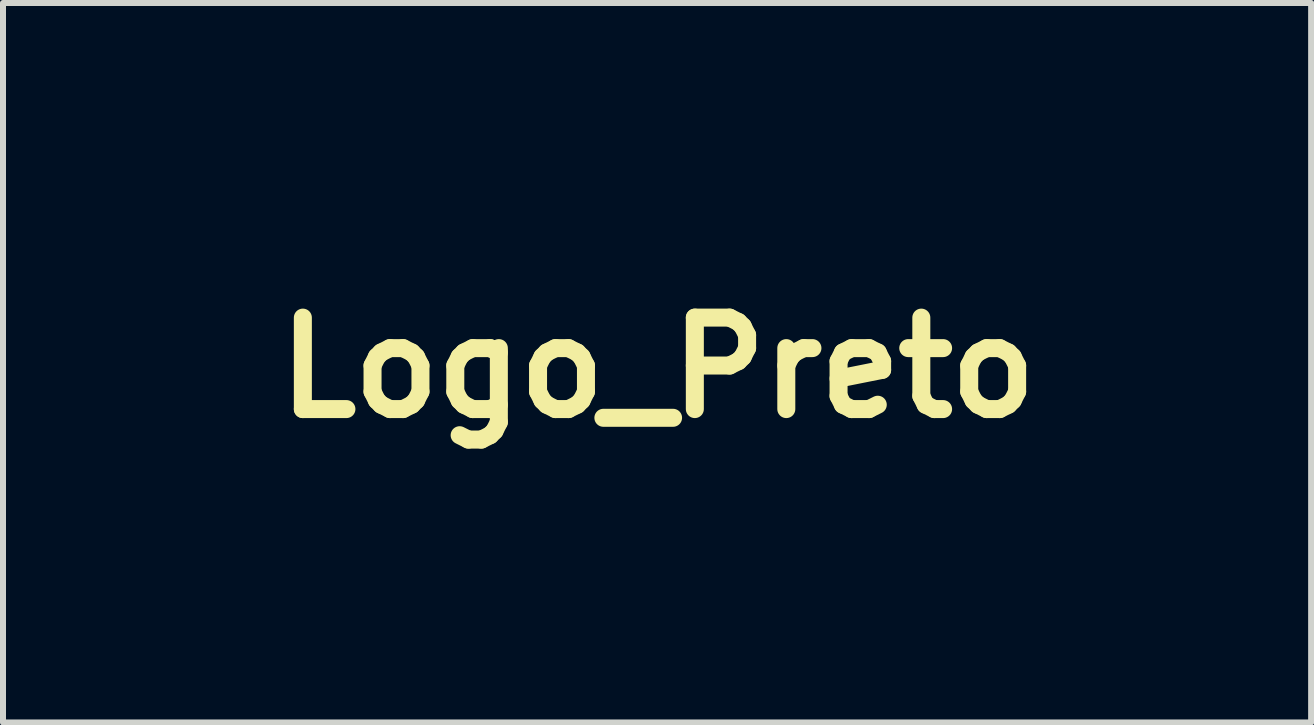
<source format=kicad_pcb>
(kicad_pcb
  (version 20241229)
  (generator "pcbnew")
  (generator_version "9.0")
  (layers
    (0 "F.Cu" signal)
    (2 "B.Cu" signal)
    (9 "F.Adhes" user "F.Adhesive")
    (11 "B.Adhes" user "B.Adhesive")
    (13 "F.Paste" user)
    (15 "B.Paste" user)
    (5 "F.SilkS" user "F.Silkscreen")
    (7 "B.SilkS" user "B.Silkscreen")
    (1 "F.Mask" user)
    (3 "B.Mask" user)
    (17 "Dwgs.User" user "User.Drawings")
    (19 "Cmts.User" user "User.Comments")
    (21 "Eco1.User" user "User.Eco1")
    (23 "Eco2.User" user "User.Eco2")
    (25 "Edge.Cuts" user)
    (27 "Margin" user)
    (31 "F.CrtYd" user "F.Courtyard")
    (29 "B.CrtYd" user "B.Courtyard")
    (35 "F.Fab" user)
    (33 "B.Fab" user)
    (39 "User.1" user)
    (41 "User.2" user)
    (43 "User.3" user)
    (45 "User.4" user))
  (footprint "Logo_Preto"
    (layer "F.Cu")
    (at 7.911 3.077)
    (property "Reference" "Logo_Preto" (at 0 0 0) (layer "F.SilkS") (effects (font (size 1.524 1.524) (thickness 0.3))))
    (attr through_hole)
    (fp_poly (pts (xy 2.663 0.486) (xy 2.348 0.486) (xy 2.348 -0.798) (xy 2.663 -0.798) (xy 2.663 0.486)) (stroke (width 0.01) (type solid)) (fill no) (layer "Eco2.User"))
    (fp_poly (pts (xy 4.859 -1.774) (xy 4.619 -1.774) (xy 4.619 -0.943) (xy 4.351 -0.943) (xy 4.351 -1.774) (xy 4.111 -1.774) (xy 4.111 -2.039) (xy 4.859 -2.039) (xy 4.859 -1.774)) (stroke (width 0.01) (type solid)) (fill no) (layer "Eco2.User"))
    (fp_poly (pts (xy 7.793 0.244) (xy 7.794 0.255) (xy 7.793 0.262) (xy 7.792 0.264) (xy 7.792 0.259) (xy 7.792 0.252) (xy 7.792 0.244) (xy 7.793 0.242) (xy 7.793 0.244)) (stroke (width 0.01) (type solid)) (fill no) (layer "Eco2.User"))
    (fp_poly (pts (xy 3.212 -0.797) (xy 3.649 -0.796) (xy 3.65 -0.493) (xy 3.367 -0.493) (xy 3.367 0.486) (xy 3.055 0.486) (xy 3.055 -0.493) (xy 2.776 -0.493) (xy 2.776 -0.798) (xy 3.212 -0.797)) (stroke (width 0.01) (type solid)) (fill no) (layer "Eco2.User"))
    (fp_poly (pts (xy 7.798 0.305) (xy 7.804 0.356) (xy 7.812 0.405) (xy 7.821 0.452) (xy 7.831 0.496) (xy 7.842 0.535) (xy 7.853 0.568) (xy 7.86 0.584) (xy 7.87 0.605) (xy 7.876 0.62) (xy 7.88 0.628) (xy 7.88 0.631) (xy 7.877 0.63) (xy 7.869 0.626) (xy 7.864 0.623) (xy 7.854 0.617) (xy 7.848 0.61) (xy 7.843 0.599) (xy 7.841 0.595) (xy 7.832 0.568) (xy 7.824 0.535) (xy 7.816 0.498) (xy 7.809 0.459) (xy 7.803 0.418) (xy 7.798 0.379) (xy 7.796 0.342) (xy 7.795 0.308) (xy 7.795 0.305) (xy 7.795 0.274) (xy 7.798 0.305)) (stroke (width 0.01) (type solid)) (fill no) (layer "Eco2.User"))
    (fp_poly (pts (xy 7.619 -2.323) (xy 7.623 -2.313) (xy 7.629 -2.298) (xy 7.637 -2.278) (xy 7.646 -2.255) (xy 7.655 -2.228) (xy 7.665 -2.199) (xy 7.676 -2.168) (xy 7.686 -2.136) (xy 7.696 -2.104) (xy 7.706 -2.073) (xy 7.716 -2.043) (xy 7.724 -2.015) (xy 7.732 -1.99) (xy 7.737 -1.969) (xy 7.742 -1.952) (xy 7.744 -1.94) (xy 7.745 -1.934) (xy 7.744 -1.933) (xy 7.74 -1.933) (xy 7.738 -1.937) (xy 7.736 -1.942) (xy 7.732 -1.953) (xy 7.727 -1.969) (xy 7.72 -1.988) (xy 7.713 -2.01) (xy 7.709 -2.021) (xy 7.695 -2.061) (xy 7.681 -2.101) (xy 7.667 -2.141) (xy 7.653 -2.179) (xy 7.641 -2.214) (xy 7.629 -2.245) (xy 7.619 -2.27) (xy 7.614 -2.282) (xy 7.608 -2.298) (xy 7.604 -2.309) (xy 7.602 -2.315) (xy 7.602 -2.319) (xy 7.604 -2.322) (xy 7.606 -2.322) (xy 7.613 -2.325) (xy 7.616 -2.326) (xy 7.619 -2.323)) (stroke (width 0.01) (type solid)) (fill no) (layer "Eco2.User"))
    (fp_poly (pts (xy 7.746 -0.316) (xy 7.751 -0.308) (xy 7.758 -0.295) (xy 7.767 -0.278) (xy 7.778 -0.259) (xy 7.782 -0.251) (xy 7.819 -0.183) (xy 7.814 -0.163) (xy 7.81 -0.147) (xy 7.806 -0.125) (xy 7.801 -0.098) (xy 7.796 -0.069) (xy 7.791 -0.037) (xy 7.787 -0.006) (xy 7.783 0.024) (xy 7.775 0.113) (xy 7.77 0.2) (xy 7.77 0.283) (xy 7.774 0.363) (xy 7.783 0.438) (xy 7.795 0.508) (xy 7.803 0.541) (xy 7.807 0.558) (xy 7.811 0.573) (xy 7.813 0.583) (xy 7.814 0.588) (xy 7.814 0.588) (xy 7.811 0.586) (xy 7.804 0.582) (xy 7.801 0.58) (xy 7.765 0.557) (xy 7.734 0.537) (xy 7.706 0.517) (xy 7.68 0.497) (xy 7.655 0.476) (xy 7.642 0.465) (xy 7.605 0.429) (xy 7.572 0.39) (xy 7.542 0.349) (xy 7.517 0.307) (xy 7.496 0.264) (xy 7.481 0.223) (xy 7.474 0.196) (xy 7.476 0.191) (xy 7.481 0.181) (xy 7.489 0.168) (xy 7.499 0.153) (xy 7.501 0.15) (xy 7.521 0.121) (xy 7.543 0.087) (xy 7.565 0.05) (xy 7.588 0.011) (xy 7.609 -0.026) (xy 7.629 -0.062) (xy 7.638 -0.08) (xy 7.65 -0.105) (xy 7.664 -0.134) (xy 7.678 -0.165) (xy 7.692 -0.196) (xy 7.706 -0.227) (xy 7.717 -0.255) (xy 7.727 -0.28) (xy 7.733 -0.295) (xy 7.737 -0.307) (xy 7.741 -0.316) (xy 7.743 -0.319) (xy 7.743 -0.319) (xy 7.746 -0.316)) (stroke (width 0.01) (type solid)) (fill no) (layer "Eco2.User"))
    (fp_poly (pts (xy -7.494 -0.515) (xy -7.452 -0.506) (xy -7.408 -0.49) (xy -7.363 -0.468) (xy -7.317 -0.439) (xy -7.271 -0.404) (xy -7.225 -0.364) (xy -7.179 -0.318) (xy -7.134 -0.267) (xy -7.089 -0.211) (xy -7.046 -0.151) (xy -7.031 -0.128) (xy -6.98 -0.045) (xy -6.934 0.041) (xy -6.894 0.128) (xy -6.86 0.215) (xy -6.833 0.302) (xy -6.813 0.388) (xy -6.81 0.404) (xy -6.807 0.422) (xy -6.805 0.438) (xy -6.803 0.456) (xy -6.803 0.476) (xy -6.802 0.501) (xy -6.802 0.524) (xy -6.802 0.551) (xy -6.802 0.572) (xy -6.803 0.588) (xy -6.804 0.601) (xy -6.806 0.613) (xy -6.808 0.624) (xy -6.81 0.632) (xy -6.823 0.671) (xy -6.839 0.705) (xy -6.86 0.732) (xy -6.884 0.754) (xy -6.912 0.769) (xy -6.927 0.774) (xy -6.951 0.779) (xy -6.979 0.78) (xy -7.008 0.778) (xy -7.036 0.772) (xy -7.042 0.771) (xy -7.086 0.755) (xy -7.13 0.732) (xy -7.176 0.703) (xy -7.222 0.668) (xy -7.268 0.628) (xy -7.314 0.583) (xy -7.36 0.533) (xy -7.404 0.479) (xy -7.447 0.422) (xy -7.487 0.361) (xy -7.526 0.297) (xy -7.562 0.231) (xy -7.573 0.209) (xy -7.604 0.143) (xy -7.63 0.077) (xy -7.653 0.014) (xy -7.671 -0.048) (xy -7.685 -0.108) (xy -7.695 -0.166) (xy -7.7 -0.22) (xy -7.701 -0.271) (xy -7.698 -0.319) (xy -7.691 -0.362) (xy -7.679 -0.401) (xy -7.663 -0.435) (xy -7.642 -0.464) (xy -7.636 -0.471) (xy -7.611 -0.491) (xy -7.582 -0.506) (xy -7.551 -0.514) (xy -7.517 -0.517) (xy -7.494 -0.515)) (stroke (width 0.01) (type solid)) (fill no) (layer "Eco2.User"))
    (fp_poly (pts (xy 2.969 -1.775) (xy 2.969 -1.715) (xy 2.969 -1.661) (xy 2.97 -1.614) (xy 2.97 -1.572) (xy 2.97 -1.536) (xy 2.97 -1.505) (xy 2.97 -1.478) (xy 2.969 -1.455) (xy 2.969 -1.436) (xy 2.969 -1.42) (xy 2.968 -1.406) (xy 2.967 -1.394) (xy 2.967 -1.384) (xy 2.966 -1.375) (xy 2.965 -1.367) (xy 2.963 -1.359) (xy 2.962 -1.351) (xy 2.961 -1.345) (xy 2.949 -1.286) (xy 2.932 -1.232) (xy 2.912 -1.183) (xy 2.887 -1.139) (xy 2.857 -1.099) (xy 2.84 -1.08) (xy 2.805 -1.046) (xy 2.767 -1.018) (xy 2.725 -0.995) (xy 2.679 -0.975) (xy 2.627 -0.96) (xy 2.592 -0.952) (xy 2.585 -0.951) (xy 2.577 -0.95) (xy 2.568 -0.949) (xy 2.557 -0.948) (xy 2.543 -0.947) (xy 2.526 -0.947) (xy 2.506 -0.946) (xy 2.481 -0.946) (xy 2.452 -0.945) (xy 2.417 -0.945) (xy 2.377 -0.945) (xy 2.33 -0.945) (xy 2.3 -0.944) (xy 2.039 -0.943) (xy 2.039 -1.212) (xy 2.262 -1.212) (xy 2.304 -1.212) (xy 2.344 -1.212) (xy 2.381 -1.213) (xy 2.415 -1.213) (xy 2.445 -1.213) (xy 2.47 -1.214) (xy 2.49 -1.214) (xy 2.503 -1.215) (xy 2.509 -1.216) (xy 2.542 -1.224) (xy 2.572 -1.239) (xy 2.599 -1.259) (xy 2.624 -1.286) (xy 2.646 -1.318) (xy 2.663 -1.355) (xy 2.677 -1.397) (xy 2.687 -1.442) (xy 2.688 -1.45) (xy 2.689 -1.459) (xy 2.69 -1.47) (xy 2.69 -1.485) (xy 2.691 -1.502) (xy 2.691 -1.524) (xy 2.692 -1.549) (xy 2.692 -1.579) (xy 2.692 -1.615) (xy 2.692 -1.657) (xy 2.692 -1.704) (xy 2.692 -1.757) (xy 2.692 -2.039) (xy 2.968 -2.039) (xy 2.969 -1.775)) (stroke (width 0.01) (type solid)) (fill no) (layer "Eco2.User"))
    (fp_poly (pts (xy -3.886 -2.879) (xy -3.876 -2.876) (xy -3.861 -2.87) (xy -3.842 -2.862) (xy -3.82 -2.853) (xy -3.795 -2.842) (xy -3.769 -2.831) (xy -3.743 -2.82) (xy -3.717 -2.808) (xy -3.692 -2.797) (xy -3.669 -2.786) (xy -3.65 -2.777) (xy -3.519 -2.709) (xy -3.391 -2.636) (xy -3.268 -2.556) (xy -3.149 -2.47) (xy -3.034 -2.379) (xy -2.924 -2.283) (xy -2.819 -2.181) (xy -2.719 -2.074) (xy -2.624 -1.962) (xy -2.534 -1.845) (xy -2.452 -1.726) (xy -2.375 -1.602) (xy -2.304 -1.474) (xy -2.239 -1.343) (xy -2.206 -1.268) (xy -2.195 -1.242) (xy -2.184 -1.214) (xy -2.172 -1.186) (xy -2.162 -1.159) (xy -2.151 -1.132) (xy -2.142 -1.107) (xy -2.135 -1.086) (xy -2.128 -1.067) (xy -2.124 -1.053) (xy -2.122 -1.045) (xy -2.122 -1.042) (xy -2.126 -1.043) (xy -2.136 -1.047) (xy -2.146 -1.051) (xy -2.158 -1.056) (xy -2.174 -1.063) (xy -2.193 -1.07) (xy -2.213 -1.079) (xy -2.217 -1.08) (xy -2.236 -1.088) (xy -2.259 -1.098) (xy -2.285 -1.11) (xy -2.312 -1.122) (xy -2.338 -1.134) (xy -2.342 -1.136) (xy -2.471 -1.201) (xy -2.597 -1.272) (xy -2.718 -1.349) (xy -2.836 -1.432) (xy -2.95 -1.521) (xy -3.059 -1.614) (xy -3.164 -1.713) (xy -3.263 -1.817) (xy -3.358 -1.925) (xy -3.447 -2.038) (xy -3.531 -2.155) (xy -3.61 -2.277) (xy -3.682 -2.401) (xy -3.748 -2.53) (xy -3.798 -2.638) (xy -3.807 -2.659) (xy -3.817 -2.683) (xy -3.828 -2.709) (xy -3.838 -2.736) (xy -3.849 -2.763) (xy -3.859 -2.789) (xy -3.868 -2.813) (xy -3.876 -2.835) (xy -3.882 -2.853) (xy -3.887 -2.868) (xy -3.89 -2.877) (xy -3.89 -2.88) (xy -3.886 -2.879)) (stroke (width 0.01) (type solid)) (fill no) (layer "Eco2.User"))
    (fp_poly (pts (xy 4.859 -0.493) (xy 4.508 -0.493) (xy 4.157 -0.493) (xy 4.142 -0.485) (xy 4.127 -0.473) (xy 4.114 -0.455) (xy 4.106 -0.433) (xy 4.101 -0.41) (xy 4.101 -0.386) (xy 4.102 -0.384) (xy 4.108 -0.364) (xy 4.118 -0.345) (xy 4.13 -0.331) (xy 4.139 -0.324) (xy 4.154 -0.316) (xy 4.859 -0.316) (xy 4.859 -0.004) (xy 4.141 -0.004) (xy 4.131 0.004) (xy 4.124 0.012) (xy 4.116 0.023) (xy 4.112 0.03) (xy 4.107 0.041) (xy 4.104 0.052) (xy 4.103 0.064) (xy 4.102 0.08) (xy 4.102 0.096) (xy 4.104 0.107) (xy 4.106 0.116) (xy 4.111 0.126) (xy 4.113 0.131) (xy 4.126 0.148) (xy 4.139 0.159) (xy 4.153 0.167) (xy 4.506 0.167) (xy 4.859 0.167) (xy 4.859 0.479) (xy 4.48 0.479) (xy 4.428 0.478) (xy 4.378 0.478) (xy 4.329 0.478) (xy 4.284 0.478) (xy 4.241 0.478) (xy 4.203 0.477) (xy 4.169 0.477) (xy 4.139 0.477) (xy 4.115 0.476) (xy 4.097 0.476) (xy 4.085 0.476) (xy 4.08 0.475) (xy 4.032 0.465) (xy 3.987 0.449) (xy 3.945 0.427) (xy 3.907 0.399) (xy 3.873 0.365) (xy 3.844 0.326) (xy 3.819 0.282) (xy 3.799 0.233) (xy 3.796 0.225) (xy 3.788 0.197) (xy 3.782 0.171) (xy 3.779 0.145) (xy 3.777 0.117) (xy 3.776 0.084) (xy 3.776 0.08) (xy 3.778 0.028) (xy 3.785 -0.02) (xy 3.797 -0.066) (xy 3.815 -0.11) (xy 3.825 -0.131) (xy 3.84 -0.159) (xy 3.823 -0.193) (xy 3.802 -0.246) (xy 3.786 -0.3) (xy 3.777 -0.356) (xy 3.775 -0.411) (xy 3.777 -0.448) (xy 3.786 -0.504) (xy 3.8 -0.555) (xy 3.82 -0.603) (xy 3.844 -0.646) (xy 3.874 -0.684) (xy 3.907 -0.718) (xy 3.945 -0.745) (xy 3.986 -0.768) (xy 4.031 -0.784) (xy 4.08 -0.794) (xy 4.084 -0.794) (xy 4.094 -0.795) (xy 4.112 -0.796) (xy 4.137 -0.796) (xy 4.169 -0.797) (xy 4.208 -0.797) (xy 4.255 -0.798) (xy 4.309 -0.798) (xy 4.37 -0.798) (xy 4.438 -0.798) (xy 4.488 -0.798) (xy 4.859 -0.798) (xy 4.859 -0.493)) (stroke (width 0.01) (type solid)) (fill no) (layer "Eco2.User"))
    (fp_poly (pts (xy -0.289 -0.494) (xy -0.289 -0.427) (xy -0.289 -0.367) (xy -0.289 -0.314) (xy -0.289 -0.266) (xy -0.289 -0.224) (xy -0.289 -0.187) (xy -0.289 -0.155) (xy -0.289 -0.127) (xy -0.289 -0.103) (xy -0.289 -0.083) (xy -0.29 -0.066) (xy -0.29 -0.052) (xy -0.291 -0.039) (xy -0.291 -0.029) (xy -0.292 -0.02) (xy -0.293 -0.012) (xy -0.294 -0.005) (xy -0.295 0.002) (xy -0.296 0.009) (xy -0.297 0.016) (xy -0.312 0.083) (xy -0.33 0.144) (xy -0.354 0.201) (xy -0.381 0.251) (xy -0.389 0.264) (xy -0.424 0.31) (xy -0.463 0.351) (xy -0.506 0.386) (xy -0.554 0.416) (xy -0.606 0.44) (xy -0.663 0.459) (xy -0.725 0.473) (xy -0.792 0.481) (xy -0.808 0.482) (xy -0.82 0.483) (xy -0.837 0.484) (xy -0.86 0.484) (xy -0.887 0.484) (xy -0.918 0.485) (xy -0.952 0.485) (xy -0.989 0.486) (xy -1.027 0.486) (xy -1.066 0.486) (xy -1.106 0.486) (xy -1.145 0.486) (xy -1.184 0.486) (xy -1.22 0.486) (xy -1.255 0.486) (xy -1.286 0.486) (xy -1.314 0.486) (xy -1.338 0.485) (xy -1.356 0.485) (xy -1.369 0.485) (xy -1.376 0.484) (xy -1.376 0.484) (xy -1.377 0.48) (xy -1.377 0.469) (xy -1.378 0.453) (xy -1.378 0.432) (xy -1.379 0.406) (xy -1.379 0.377) (xy -1.379 0.346) (xy -1.379 0.328) (xy -1.379 0.174) (xy -1.108 0.174) (xy -1.054 0.174) (xy -1.007 0.174) (xy -0.966 0.174) (xy -0.931 0.174) (xy -0.901 0.173) (xy -0.876 0.173) (xy -0.855 0.172) (xy -0.837 0.171) (xy -0.822 0.17) (xy -0.81 0.168) (xy -0.8 0.166) (xy -0.791 0.164) (xy -0.783 0.161) (xy -0.775 0.158) (xy -0.768 0.154) (xy -0.762 0.152) (xy -0.742 0.139) (xy -0.721 0.122) (xy -0.7 0.101) (xy -0.681 0.078) (xy -0.666 0.055) (xy -0.664 0.053) (xy -0.644 0.011) (xy -0.627 -0.036) (xy -0.616 -0.074) (xy -0.615 -0.081) (xy -0.614 -0.087) (xy -0.613 -0.093) (xy -0.612 -0.1) (xy -0.611 -0.108) (xy -0.61 -0.117) (xy -0.61 -0.129) (xy -0.609 -0.144) (xy -0.609 -0.161) (xy -0.608 -0.182) (xy -0.608 -0.208) (xy -0.608 -0.237) (xy -0.608 -0.272) (xy -0.607 -0.312) (xy -0.607 -0.358) (xy -0.607 -0.411) (xy -0.607 -0.454) (xy -0.606 -0.798) (xy -0.29 -0.798) (xy -0.289 -0.494)) (stroke (width 0.01) (type solid)) (fill no) (layer "Eco2.User"))
    (fp_poly (pts (xy 4.024 -1.774) (xy 3.729 -1.774) (xy 3.667 -1.774) (xy 3.612 -1.774) (xy 3.565 -1.774) (xy 3.524 -1.774) (xy 3.49 -1.773) (xy 3.464 -1.773) (xy 3.444 -1.772) (xy 3.43 -1.771) (xy 3.423 -1.771) (xy 3.423 -1.771) (xy 3.406 -1.76) (xy 3.393 -1.745) (xy 3.385 -1.724) (xy 3.382 -1.7) (xy 3.382 -1.699) (xy 3.385 -1.675) (xy 3.393 -1.655) (xy 3.407 -1.639) (xy 3.407 -1.639) (xy 3.419 -1.629) (xy 4.024 -1.629) (xy 4.024 -1.357) (xy 3.718 -1.357) (xy 3.663 -1.357) (xy 3.615 -1.357) (xy 3.573 -1.357) (xy 3.536 -1.357) (xy 3.506 -1.357) (xy 3.48 -1.357) (xy 3.459 -1.356) (xy 3.441 -1.355) (xy 3.427 -1.354) (xy 3.417 -1.353) (xy 3.409 -1.351) (xy 3.403 -1.349) (xy 3.399 -1.347) (xy 3.396 -1.344) (xy 3.394 -1.341) (xy 3.392 -1.337) (xy 3.391 -1.332) (xy 3.39 -1.33) (xy 3.383 -1.308) (xy 3.381 -1.285) (xy 3.385 -1.263) (xy 3.395 -1.243) (xy 3.407 -1.229) (xy 3.419 -1.219) (xy 4.024 -1.219) (xy 4.024 -0.951) (xy 3.689 -0.951) (xy 3.632 -0.951) (xy 3.582 -0.951) (xy 3.538 -0.951) (xy 3.5 -0.951) (xy 3.467 -0.951) (xy 3.439 -0.952) (xy 3.416 -0.952) (xy 3.396 -0.952) (xy 3.38 -0.953) (xy 3.367 -0.953) (xy 3.356 -0.954) (xy 3.348 -0.954) (xy 3.341 -0.955) (xy 3.335 -0.956) (xy 3.33 -0.957) (xy 3.327 -0.958) (xy 3.284 -0.972) (xy 3.245 -0.992) (xy 3.21 -1.018) (xy 3.179 -1.05) (xy 3.152 -1.086) (xy 3.131 -1.127) (xy 3.114 -1.172) (xy 3.104 -1.215) (xy 3.099 -1.266) (xy 3.099 -1.318) (xy 3.106 -1.369) (xy 3.119 -1.418) (xy 3.138 -1.465) (xy 3.14 -1.468) (xy 3.153 -1.494) (xy 3.143 -1.514) (xy 3.124 -1.556) (xy 3.11 -1.602) (xy 3.102 -1.65) (xy 3.099 -1.699) (xy 3.101 -1.748) (xy 3.109 -1.796) (xy 3.118 -1.828) (xy 3.136 -1.87) (xy 3.159 -1.909) (xy 3.187 -1.944) (xy 3.218 -1.974) (xy 3.253 -1.999) (xy 3.29 -2.017) (xy 3.318 -2.026) (xy 3.327 -2.029) (xy 3.337 -2.031) (xy 3.347 -2.032) (xy 3.359 -2.034) (xy 3.374 -2.035) (xy 3.391 -2.036) (xy 3.41 -2.037) (xy 3.434 -2.037) (xy 3.461 -2.038) (xy 3.493 -2.038) (xy 3.53 -2.039) (xy 3.573 -2.039) (xy 3.621 -2.039) (xy 3.676 -2.039) (xy 3.715 -2.039) (xy 4.024 -2.039) (xy 4.024 -1.774)) (stroke (width 0.01) (type solid)) (fill no) (layer "Eco2.User"))
    (fp_poly (pts (xy -0.87 -2.039) (xy -0.816 -2.039) (xy -0.77 -2.039) (xy -0.729 -2.039) (xy -0.693 -2.038) (xy -0.663 -2.038) (xy -0.636 -2.037) (xy -0.614 -2.036) (xy -0.595 -2.035) (xy -0.578 -2.034) (xy -0.565 -2.033) (xy -0.553 -2.031) (xy -0.543 -2.029) (xy -0.533 -2.027) (xy -0.524 -2.025) (xy -0.523 -2.024) (xy -0.483 -2.008) (xy -0.446 -1.986) (xy -0.412 -1.958) (xy -0.383 -1.924) (xy -0.358 -1.886) (xy -0.338 -1.843) (xy -0.324 -1.801) (xy -0.318 -1.772) (xy -0.314 -1.739) (xy -0.312 -1.704) (xy -0.313 -1.671) (xy -0.315 -1.64) (xy -0.316 -1.636) (xy -0.326 -1.588) (xy -0.341 -1.543) (xy -0.362 -1.502) (xy -0.388 -1.465) (xy -0.418 -1.433) (xy -0.452 -1.406) (xy -0.481 -1.39) (xy -0.494 -1.383) (xy -0.507 -1.377) (xy -0.519 -1.373) (xy -0.531 -1.369) (xy -0.544 -1.366) (xy -0.559 -1.364) (xy -0.577 -1.362) (xy -0.598 -1.36) (xy -0.624 -1.359) (xy -0.654 -1.359) (xy -0.69 -1.358) (xy -0.728 -1.357) (xy -0.766 -1.357) (xy -0.799 -1.356) (xy -0.825 -1.356) (xy -0.846 -1.355) (xy -0.863 -1.354) (xy -0.876 -1.353) (xy -0.885 -1.352) (xy -0.892 -1.351) (xy -0.897 -1.35) (xy -0.901 -1.349) (xy -0.923 -1.335) (xy -0.942 -1.315) (xy -0.956 -1.291) (xy -0.962 -1.274) (xy -0.963 -1.267) (xy -0.964 -1.257) (xy -0.965 -1.242) (xy -0.965 -1.223) (xy -0.966 -1.198) (xy -0.966 -1.168) (xy -0.966 -1.131) (xy -0.965 -1.1) (xy -0.965 -0.943) (xy -1.238 -0.943) (xy -1.236 -1.16) (xy -1.235 -1.377) (xy -1.225 -1.413) (xy -1.21 -1.459) (xy -1.19 -1.5) (xy -1.165 -1.535) (xy -1.135 -1.565) (xy -1.101 -1.589) (xy -1.062 -1.607) (xy -1.019 -1.619) (xy -0.98 -1.625) (xy -0.968 -1.626) (xy -0.95 -1.627) (xy -0.927 -1.628) (xy -0.899 -1.628) (xy -0.868 -1.629) (xy -0.835 -1.629) (xy -0.801 -1.629) (xy -0.787 -1.629) (xy -0.631 -1.629) (xy -0.617 -1.642) (xy -0.606 -1.655) (xy -0.599 -1.668) (xy -0.596 -1.685) (xy -0.596 -1.707) (xy -0.599 -1.73) (xy -0.607 -1.748) (xy -0.619 -1.762) (xy -0.629 -1.767) (xy -0.631 -1.769) (xy -0.634 -1.77) (xy -0.638 -1.771) (xy -0.644 -1.771) (xy -0.651 -1.772) (xy -0.66 -1.773) (xy -0.673 -1.773) (xy -0.689 -1.774) (xy -0.708 -1.774) (xy -0.732 -1.774) (xy -0.761 -1.774) (xy -0.795 -1.774) (xy -0.835 -1.774) (xy -0.881 -1.774) (xy -0.934 -1.774) (xy -1.237 -1.774) (xy -1.237 -2.039) (xy -0.929 -2.039) (xy -0.87 -2.039)) (stroke (width 0.01) (type solid)) (fill no) (layer "Eco2.User"))
    (fp_poly (pts (xy 0.953 -0.786) (xy 0.953 -0.291) (xy 0.952 -0.232) (xy 0.952 -0.179) (xy 0.952 -0.132) (xy 0.952 -0.09) (xy 0.952 -0.054) (xy 0.952 -0.022) (xy 0.951 0.005) (xy 0.951 0.029) (xy 0.95 0.049) (xy 0.949 0.066) (xy 0.948 0.081) (xy 0.947 0.093) (xy 0.946 0.104) (xy 0.945 0.114) (xy 0.943 0.123) (xy 0.941 0.131) (xy 0.939 0.14) (xy 0.936 0.149) (xy 0.934 0.154) (xy 0.916 0.205) (xy 0.892 0.253) (xy 0.861 0.297) (xy 0.825 0.338) (xy 0.784 0.374) (xy 0.737 0.407) (xy 0.687 0.435) (xy 0.631 0.458) (xy 0.572 0.477) (xy 0.51 0.49) (xy 0.497 0.492) (xy 0.477 0.494) (xy 0.452 0.495) (xy 0.424 0.496) (xy 0.395 0.497) (xy 0.366 0.496) (xy 0.339 0.496) (xy 0.317 0.494) (xy 0.308 0.493) (xy 0.243 0.482) (xy 0.182 0.464) (xy 0.125 0.441) (xy 0.072 0.411) (xy 0.024 0.376) (xy -0.015 0.341) (xy -0.048 0.304) (xy -0.075 0.266) (xy -0.097 0.225) (xy -0.115 0.18) (xy -0.125 0.143) (xy -0.128 0.133) (xy -0.13 0.123) (xy -0.132 0.112) (xy -0.134 0.101) (xy -0.135 0.088) (xy -0.136 0.073) (xy -0.138 0.057) (xy -0.139 0.037) (xy -0.139 0.015) (xy -0.14 -0.011) (xy -0.14 -0.041) (xy -0.141 -0.075) (xy -0.141 -0.114) (xy -0.141 -0.158) (xy -0.141 -0.208) (xy -0.141 -0.263) (xy -0.141 -0.326) (xy -0.141 -0.385) (xy -0.14 -0.786) (xy 0.171 -0.787) (xy 0.171 -0.395) (xy 0.171 -0.331) (xy 0.171 -0.274) (xy 0.171 -0.223) (xy 0.171 -0.179) (xy 0.171 -0.14) (xy 0.171 -0.106) (xy 0.171 -0.077) (xy 0.172 -0.052) (xy 0.173 -0.031) (xy 0.173 -0.014) (xy 0.174 0.001) (xy 0.175 0.012) (xy 0.177 0.022) (xy 0.178 0.03) (xy 0.18 0.036) (xy 0.183 0.042) (xy 0.185 0.047) (xy 0.188 0.052) (xy 0.191 0.057) (xy 0.191 0.058) (xy 0.21 0.084) (xy 0.235 0.107) (xy 0.265 0.127) (xy 0.299 0.143) (xy 0.336 0.155) (xy 0.36 0.16) (xy 0.38 0.162) (xy 0.405 0.163) (xy 0.431 0.162) (xy 0.457 0.161) (xy 0.48 0.158) (xy 0.499 0.155) (xy 0.499 0.155) (xy 0.531 0.143) (xy 0.561 0.128) (xy 0.588 0.108) (xy 0.611 0.086) (xy 0.627 0.065) (xy 0.63 0.059) (xy 0.633 0.054) (xy 0.636 0.049) (xy 0.638 0.043) (xy 0.641 0.037) (xy 0.642 0.029) (xy 0.644 0.02) (xy 0.645 0.009) (xy 0.646 -0.005) (xy 0.647 -0.021) (xy 0.648 -0.041) (xy 0.648 -0.064) (xy 0.649 -0.092) (xy 0.649 -0.124) (xy 0.649 -0.162) (xy 0.649 -0.204) (xy 0.65 -0.253) (xy 0.65 -0.307) (xy 0.65 -0.369) (xy 0.65 -0.393) (xy 0.65 -0.787) (xy 0.953 -0.786)) (stroke (width 0.01) (type solid)) (fill no) (layer "Eco2.User"))
    (fp_poly (pts (xy 0.148 -2.038) (xy 0.206 -2.038) (xy 0.258 -2.038) (xy 0.303 -2.038) (xy 0.342 -2.037) (xy 0.377 -2.037) (xy 0.406 -2.037) (xy 0.431 -2.036) (xy 0.452 -2.035) (xy 0.469 -2.034) (xy 0.484 -2.033) (xy 0.497 -2.032) (xy 0.507 -2.031) (xy 0.516 -2.029) (xy 0.524 -2.027) (xy 0.531 -2.024) (xy 0.539 -2.021) (xy 0.547 -2.018) (xy 0.551 -2.016) (xy 0.59 -1.997) (xy 0.626 -1.971) (xy 0.657 -1.94) (xy 0.684 -1.903) (xy 0.707 -1.862) (xy 0.721 -1.827) (xy 0.732 -1.784) (xy 0.739 -1.738) (xy 0.74 -1.69) (xy 0.737 -1.643) (xy 0.729 -1.598) (xy 0.721 -1.569) (xy 0.702 -1.524) (xy 0.678 -1.483) (xy 0.65 -1.448) (xy 0.617 -1.418) (xy 0.581 -1.394) (xy 0.572 -1.389) (xy 0.54 -1.376) (xy 0.506 -1.367) (xy 0.468 -1.36) (xy 0.442 -1.358) (xy 0.399 -1.355) (xy 0.545 -1.292) (xy 0.577 -1.278) (xy 0.608 -1.265) (xy 0.637 -1.252) (xy 0.663 -1.241) (xy 0.686 -1.231) (xy 0.704 -1.223) (xy 0.717 -1.217) (xy 0.721 -1.215) (xy 0.751 -1.202) (xy 0.751 -1.056) (xy 0.751 -1.018) (xy 0.751 -0.987) (xy 0.751 -0.962) (xy 0.75 -0.943) (xy 0.75 -0.929) (xy 0.749 -0.919) (xy 0.748 -0.913) (xy 0.747 -0.911) (xy 0.747 -0.911) (xy 0.743 -0.913) (xy 0.733 -0.917) (xy 0.717 -0.923) (xy 0.696 -0.932) (xy 0.67 -0.943) (xy 0.639 -0.956) (xy 0.605 -0.971) (xy 0.567 -0.987) (xy 0.527 -1.005) (xy 0.483 -1.023) (xy 0.438 -1.043) (xy 0.415 -1.052) (xy 0.089 -1.193) (xy 0.088 -1.068) (xy 0.087 -0.943) (xy -0.186 -0.943) (xy -0.184 -1.158) (xy -0.184 -1.204) (xy -0.183 -1.243) (xy -0.183 -1.277) (xy -0.183 -1.304) (xy -0.182 -1.327) (xy -0.182 -1.346) (xy -0.181 -1.361) (xy -0.18 -1.373) (xy -0.179 -1.383) (xy -0.178 -1.391) (xy -0.177 -1.398) (xy -0.176 -1.401) (xy -0.162 -1.448) (xy -0.143 -1.49) (xy -0.119 -1.526) (xy -0.091 -1.557) (xy -0.058 -1.583) (xy -0.02 -1.603) (xy 0.022 -1.617) (xy 0.069 -1.625) (xy 0.072 -1.625) (xy 0.084 -1.626) (xy 0.102 -1.627) (xy 0.125 -1.628) (xy 0.153 -1.628) (xy 0.184 -1.629) (xy 0.217 -1.629) (xy 0.251 -1.629) (xy 0.265 -1.629) (xy 0.421 -1.629) (xy 0.435 -1.642) (xy 0.446 -1.655) (xy 0.453 -1.668) (xy 0.457 -1.685) (xy 0.457 -1.707) (xy 0.455 -1.723) (xy 0.452 -1.735) (xy 0.447 -1.745) (xy 0.446 -1.748) (xy 0.443 -1.752) (xy 0.44 -1.757) (xy 0.437 -1.76) (xy 0.434 -1.763) (xy 0.429 -1.766) (xy 0.423 -1.768) (xy 0.415 -1.77) (xy 0.405 -1.771) (xy 0.391 -1.772) (xy 0.374 -1.773) (xy 0.353 -1.774) (xy 0.328 -1.774) (xy 0.297 -1.774) (xy 0.262 -1.774) (xy 0.221 -1.774) (xy 0.173 -1.774) (xy 0.119 -1.774) (xy -0.185 -1.774) (xy -0.185 -2.04) (xy 0.148 -2.038)) (stroke (width 0.01) (type solid)) (fill no) (layer "Eco2.User"))
    (fp_poly (pts (xy -7.905 0.276) (xy -7.901 0.284) (xy -7.894 0.296) (xy -7.885 0.313) (xy -7.875 0.333) (xy -7.866 0.35) (xy -7.83 0.421) (xy -7.794 0.486) (xy -7.759 0.546) (xy -7.723 0.602) (xy -7.687 0.655) (xy -7.648 0.706) (xy -7.608 0.756) (xy -7.577 0.792) (xy -7.559 0.811) (xy -7.541 0.83) (xy -7.522 0.848) (xy -7.501 0.866) (xy -7.478 0.883) (xy -7.452 0.902) (xy -7.424 0.92) (xy -7.393 0.94) (xy -7.359 0.96) (xy -7.32 0.981) (xy -7.278 1.004) (xy -7.231 1.028) (xy -7.179 1.054) (xy -7.122 1.082) (xy -7.06 1.112) (xy -6.991 1.144) (xy -6.917 1.179) (xy -6.898 1.187) (xy -6.811 1.228) (xy -6.73 1.266) (xy -6.654 1.301) (xy -6.584 1.335) (xy -6.519 1.366) (xy -6.459 1.396) (xy -6.402 1.424) (xy -6.35 1.451) (xy -6.3 1.477) (xy -6.253 1.503) (xy -6.208 1.527) (xy -6.165 1.552) (xy -6.123 1.576) (xy -6.083 1.601) (xy -6.043 1.625) (xy -6.002 1.651) (xy -5.996 1.655) (xy -5.977 1.667) (xy -5.96 1.678) (xy -5.943 1.69) (xy -5.926 1.702) (xy -5.908 1.714) (xy -5.889 1.728) (xy -5.868 1.743) (xy -5.845 1.761) (xy -5.818 1.781) (xy -5.788 1.804) (xy -5.753 1.831) (xy -5.714 1.862) (xy -5.704 1.869) (xy -5.606 1.945) (xy -5.513 2.016) (xy -5.425 2.082) (xy -5.342 2.145) (xy -5.262 2.203) (xy -5.187 2.258) (xy -5.115 2.309) (xy -5.046 2.356) (xy -4.98 2.401) (xy -4.917 2.443) (xy -4.856 2.482) (xy -4.797 2.518) (xy -4.739 2.553) (xy -4.683 2.585) (xy -4.627 2.615) (xy -4.573 2.644) (xy -4.563 2.649) (xy -4.508 2.677) (xy -4.453 2.702) (xy -4.399 2.725) (xy -4.348 2.746) (xy -4.299 2.763) (xy -4.254 2.778) (xy -4.215 2.788) (xy -4.211 2.789) (xy -4.182 2.795) (xy -4.219 2.807) (xy -4.252 2.817) (xy -4.291 2.826) (xy -4.337 2.836) (xy -4.389 2.845) (xy -4.447 2.854) (xy -4.509 2.863) (xy -4.576 2.872) (xy -4.647 2.88) (xy -4.722 2.888) (xy -4.799 2.895) (xy -4.873 2.901) (xy -4.895 2.903) (xy -4.914 2.904) (xy -4.93 2.905) (xy -4.945 2.905) (xy -4.961 2.906) (xy -4.979 2.905) (xy -4.999 2.905) (xy -5.024 2.904) (xy -5.055 2.903) (xy -5.064 2.903) (xy -5.208 2.894) (xy -5.351 2.878) (xy -5.493 2.854) (xy -5.634 2.825) (xy -5.772 2.788) (xy -5.909 2.745) (xy -6.043 2.695) (xy -6.175 2.639) (xy -6.304 2.576) (xy -6.429 2.508) (xy -6.552 2.434) (xy -6.671 2.353) (xy -6.786 2.267) (xy -6.897 2.175) (xy -7.004 2.078) (xy -7.106 1.976) (xy -7.204 1.868) (xy -7.25 1.812) (xy -7.34 1.697) (xy -7.424 1.578) (xy -7.502 1.455) (xy -7.574 1.328) (xy -7.639 1.199) (xy -7.699 1.066) (xy -7.751 0.93) (xy -7.797 0.793) (xy -7.836 0.653) (xy -7.868 0.511) (xy -7.874 0.483) (xy -7.877 0.465) (xy -7.881 0.445) (xy -7.885 0.421) (xy -7.889 0.396) (xy -7.893 0.371) (xy -7.897 0.346) (xy -7.9 0.323) (xy -7.903 0.304) (xy -7.905 0.288) (xy -7.906 0.278) (xy -7.906 0.274) (xy -7.905 0.276)) (stroke (width 0.01) (type solid)) (fill no) (layer "Eco2.User"))
    (fp_poly (pts (xy 1.928 -0.788) (xy 1.971 -0.775) (xy 2.008 -0.759) (xy 2.041 -0.738) (xy 2.073 -0.711) (xy 2.091 -0.693) (xy 2.122 -0.655) (xy 2.148 -0.614) (xy 2.169 -0.569) (xy 2.185 -0.519) (xy 2.189 -0.503) (xy 2.193 -0.481) (xy 2.195 -0.453) (xy 2.197 -0.422) (xy 2.197 -0.391) (xy 2.196 -0.36) (xy 2.194 -0.331) (xy 2.191 -0.308) (xy 2.19 -0.305) (xy 2.178 -0.258) (xy 2.163 -0.217) (xy 2.144 -0.178) (xy 2.123 -0.146) (xy 2.093 -0.108) (xy 2.059 -0.077) (xy 2.022 -0.051) (xy 1.981 -0.031) (xy 1.934 -0.015) (xy 1.934 -0.015) (xy 1.926 -0.013) (xy 1.919 -0.011) (xy 1.912 -0.01) (xy 1.903 -0.009) (xy 1.894 -0.008) (xy 1.882 -0.007) (xy 1.867 -0.006) (xy 1.849 -0.006) (xy 1.826 -0.005) (xy 1.798 -0.005) (xy 1.765 -0.004) (xy 1.725 -0.004) (xy 1.714 -0.004) (xy 1.672 -0.003) (xy 1.635 -0.003) (xy 1.605 -0.002) (xy 1.58 -0.002) (xy 1.559 -0.001) (xy 1.543 0.000395) (xy 1.53 0.002) (xy 1.519 0.004) (xy 1.511 0.006) (xy 1.503 0.009) (xy 1.497 0.012) (xy 1.49 0.016) (xy 1.483 0.021) (xy 1.482 0.022) (xy 1.464 0.039) (xy 1.447 0.061) (xy 1.436 0.086) (xy 1.434 0.091) (xy 1.433 0.096) (xy 1.432 0.102) (xy 1.431 0.109) (xy 1.43 0.118) (xy 1.429 0.13) (xy 1.429 0.145) (xy 1.428 0.164) (xy 1.428 0.188) (xy 1.428 0.217) (xy 1.428 0.252) (xy 1.428 0.293) (xy 1.428 0.296) (xy 1.428 0.484) (xy 1.273 0.485) (xy 1.241 0.486) (xy 1.21 0.486) (xy 1.183 0.485) (xy 1.159 0.485) (xy 1.14 0.485) (xy 1.126 0.485) (xy 1.118 0.484) (xy 1.116 0.484) (xy 1.116 0.48) (xy 1.115 0.469) (xy 1.115 0.453) (xy 1.115 0.431) (xy 1.114 0.405) (xy 1.114 0.376) (xy 1.114 0.344) (xy 1.114 0.31) (xy 1.114 0.274) (xy 1.114 0.238) (xy 1.114 0.202) (xy 1.115 0.167) (xy 1.115 0.134) (xy 1.115 0.103) (xy 1.116 0.075) (xy 1.116 0.051) (xy 1.117 0.032) (xy 1.117 0.018) (xy 1.118 0.013) (xy 1.125 -0.041) (xy 1.138 -0.091) (xy 1.155 -0.136) (xy 1.178 -0.177) (xy 1.205 -0.213) (xy 1.237 -0.243) (xy 1.274 -0.269) (xy 1.315 -0.288) (xy 1.32 -0.29) (xy 1.333 -0.295) (xy 1.345 -0.299) (xy 1.356 -0.302) (xy 1.367 -0.305) (xy 1.379 -0.307) (xy 1.392 -0.309) (xy 1.408 -0.311) (xy 1.427 -0.312) (xy 1.448 -0.313) (xy 1.474 -0.314) (xy 1.505 -0.314) (xy 1.542 -0.315) (xy 1.584 -0.315) (xy 1.617 -0.315) (xy 1.828 -0.318) (xy 1.842 -0.329) (xy 1.852 -0.339) (xy 1.861 -0.351) (xy 1.863 -0.354) (xy 1.868 -0.368) (xy 1.871 -0.387) (xy 1.872 -0.408) (xy 1.871 -0.427) (xy 1.869 -0.437) (xy 1.862 -0.453) (xy 1.851 -0.468) (xy 1.839 -0.481) (xy 1.826 -0.489) (xy 1.823 -0.489) (xy 1.818 -0.49) (xy 1.81 -0.491) (xy 1.799 -0.491) (xy 1.785 -0.492) (xy 1.767 -0.492) (xy 1.745 -0.493) (xy 1.719 -0.493) (xy 1.687 -0.493) (xy 1.65 -0.493) (xy 1.607 -0.493) (xy 1.558 -0.493) (xy 1.502 -0.493) (xy 1.464 -0.493) (xy 1.114 -0.493) (xy 1.116 -0.796) (xy 1.896 -0.796) (xy 1.928 -0.788)) (stroke (width 0.01) (type solid)) (fill no) (layer "Eco2.User"))
    (fp_poly (pts (xy 5.463 -2.039) (xy 5.499 -2.039) (xy 5.533 -2.039) (xy 5.565 -2.038) (xy 5.593 -2.038) (xy 5.616 -2.037) (xy 5.635 -2.036) (xy 5.644 -2.036) (xy 5.695 -2.027) (xy 5.742 -2.012) (xy 5.787 -1.991) (xy 5.828 -1.963) (xy 5.865 -1.929) (xy 5.899 -1.889) (xy 5.911 -1.872) (xy 5.942 -1.82) (xy 5.968 -1.766) (xy 5.988 -1.71) (xy 6.003 -1.65) (xy 6.013 -1.586) (xy 6.018 -1.517) (xy 6.019 -1.509) (xy 6.018 -1.436) (xy 6.012 -1.366) (xy 6 -1.3) (xy 5.982 -1.239) (xy 5.958 -1.18) (xy 5.928 -1.126) (xy 5.919 -1.112) (xy 5.887 -1.07) (xy 5.851 -1.033) (xy 5.811 -1.002) (xy 5.768 -0.978) (xy 5.722 -0.96) (xy 5.673 -0.948) (xy 5.667 -0.947) (xy 5.658 -0.947) (xy 5.644 -0.946) (xy 5.624 -0.946) (xy 5.599 -0.945) (xy 5.57 -0.945) (xy 5.539 -0.945) (xy 5.504 -0.944) (xy 5.469 -0.944) (xy 5.433 -0.944) (xy 5.397 -0.944) (xy 5.362 -0.944) (xy 5.329 -0.944) (xy 5.298 -0.944) (xy 5.271 -0.944) (xy 5.249 -0.945) (xy 5.232 -0.945) (xy 5.22 -0.946) (xy 5.218 -0.946) (xy 5.194 -0.95) (xy 5.167 -0.957) (xy 5.14 -0.966) (xy 5.114 -0.976) (xy 5.109 -0.978) (xy 5.067 -1.002) (xy 5.028 -1.032) (xy 4.992 -1.068) (xy 4.96 -1.11) (xy 4.931 -1.159) (xy 4.923 -1.174) (xy 4.901 -1.224) (xy 4.884 -1.275) (xy 4.871 -1.33) (xy 4.863 -1.388) (xy 4.859 -1.451) (xy 4.859 -1.482) (xy 4.859 -1.502) (xy 5.149 -1.502) (xy 5.15 -1.454) (xy 5.155 -1.413) (xy 5.162 -1.375) (xy 5.173 -1.339) (xy 5.187 -1.308) (xy 5.206 -1.275) (xy 5.226 -1.249) (xy 5.249 -1.23) (xy 5.273 -1.219) (xy 5.284 -1.216) (xy 5.291 -1.215) (xy 5.305 -1.214) (xy 5.323 -1.214) (xy 5.347 -1.213) (xy 5.374 -1.213) (xy 5.404 -1.213) (xy 5.436 -1.213) (xy 5.448 -1.213) (xy 5.485 -1.213) (xy 5.515 -1.213) (xy 5.54 -1.214) (xy 5.559 -1.214) (xy 5.574 -1.215) (xy 5.586 -1.215) (xy 5.595 -1.216) (xy 5.601 -1.217) (xy 5.606 -1.218) (xy 5.611 -1.22) (xy 5.615 -1.222) (xy 5.634 -1.234) (xy 5.653 -1.253) (xy 5.672 -1.276) (xy 5.688 -1.303) (xy 5.702 -1.334) (xy 5.711 -1.359) (xy 5.721 -1.4) (xy 5.727 -1.445) (xy 5.729 -1.492) (xy 5.728 -1.54) (xy 5.723 -1.585) (xy 5.714 -1.627) (xy 5.711 -1.638) (xy 5.699 -1.67) (xy 5.684 -1.699) (xy 5.666 -1.725) (xy 5.647 -1.745) (xy 5.627 -1.76) (xy 5.62 -1.764) (xy 5.601 -1.773) (xy 5.274 -1.773) (xy 5.255 -1.762) (xy 5.23 -1.745) (xy 5.209 -1.722) (xy 5.19 -1.692) (xy 5.189 -1.691) (xy 5.174 -1.658) (xy 5.162 -1.623) (xy 5.155 -1.586) (xy 5.15 -1.545) (xy 5.149 -1.502) (xy 4.859 -1.502) (xy 4.861 -1.555) (xy 4.869 -1.622) (xy 4.882 -1.685) (xy 4.901 -1.745) (xy 4.925 -1.801) (xy 4.954 -1.854) (xy 4.963 -1.867) (xy 4.996 -1.911) (xy 5.032 -1.948) (xy 5.07 -1.978) (xy 5.112 -2.002) (xy 5.156 -2.02) (xy 5.205 -2.032) (xy 5.235 -2.036) (xy 5.249 -2.036) (xy 5.268 -2.037) (xy 5.293 -2.038) (xy 5.323 -2.038) (xy 5.355 -2.039) (xy 5.39 -2.039) (xy 5.426 -2.039) (xy 5.463 -2.039)) (stroke (width 0.01) (type solid)) (fill no) (layer "Eco2.User"))
    (fp_poly (pts (xy 5.47 -0.796) (xy 5.525 -0.796) (xy 5.574 -0.796) (xy 5.616 -0.796) (xy 5.653 -0.796) (xy 5.685 -0.796) (xy 5.713 -0.796) (xy 5.736 -0.796) (xy 5.755 -0.795) (xy 5.771 -0.795) (xy 5.784 -0.794) (xy 5.795 -0.794) (xy 5.804 -0.793) (xy 5.811 -0.792) (xy 5.816 -0.792) (xy 5.822 -0.791) (xy 5.826 -0.79) (xy 5.867 -0.778) (xy 5.904 -0.763) (xy 5.936 -0.744) (xy 5.968 -0.72) (xy 5.979 -0.71) (xy 6.013 -0.673) (xy 6.042 -0.631) (xy 6.066 -0.585) (xy 6.083 -0.536) (xy 6.096 -0.484) (xy 6.102 -0.43) (xy 6.102 -0.374) (xy 6.1 -0.357) (xy 6.092 -0.3) (xy 6.078 -0.247) (xy 6.059 -0.199) (xy 6.033 -0.155) (xy 6.002 -0.116) (xy 5.983 -0.096) (xy 5.954 -0.07) (xy 5.924 -0.05) (xy 5.892 -0.033) (xy 5.857 -0.021) (xy 5.819 -0.012) (xy 5.776 -0.006) (xy 5.74 -0.004) (xy 5.683 -0.002) (xy 5.898 0.091) (xy 6.112 0.185) (xy 6.113 0.354) (xy 6.113 0.388) (xy 6.113 0.42) (xy 6.113 0.449) (xy 6.113 0.474) (xy 6.113 0.494) (xy 6.112 0.51) (xy 6.112 0.519) (xy 6.111 0.522) (xy 6.108 0.521) (xy 6.098 0.517) (xy 6.082 0.51) (xy 6.061 0.501) (xy 6.035 0.49) (xy 6.004 0.477) (xy 5.97 0.462) (xy 5.931 0.445) (xy 5.889 0.427) (xy 5.844 0.408) (xy 5.797 0.388) (xy 5.748 0.366) (xy 5.722 0.355) (xy 5.672 0.334) (xy 5.624 0.313) (xy 5.578 0.293) (xy 5.534 0.274) (xy 5.494 0.257) (xy 5.457 0.241) (xy 5.424 0.227) (xy 5.396 0.215) (xy 5.372 0.205) (xy 5.354 0.197) (xy 5.341 0.192) (xy 5.334 0.189) (xy 5.333 0.189) (xy 5.333 0.192) (xy 5.332 0.202) (xy 5.331 0.218) (xy 5.331 0.239) (xy 5.331 0.264) (xy 5.331 0.292) (xy 5.33 0.323) (xy 5.33 0.337) (xy 5.33 0.486) (xy 5.175 0.485) (xy 5.02 0.484) (xy 5.02 0.241) (xy 5.02 0.19) (xy 5.02 0.145) (xy 5.02 0.107) (xy 5.021 0.074) (xy 5.021 0.046) (xy 5.022 0.021) (xy 5.023 0.001) (xy 5.024 -0.016) (xy 5.026 -0.032) (xy 5.028 -0.045) (xy 5.031 -0.057) (xy 5.034 -0.068) (xy 5.037 -0.08) (xy 5.041 -0.092) (xy 5.045 -0.103) (xy 5.065 -0.148) (xy 5.089 -0.187) (xy 5.118 -0.222) (xy 5.152 -0.252) (xy 5.19 -0.276) (xy 5.231 -0.293) (xy 5.243 -0.297) (xy 5.254 -0.301) (xy 5.265 -0.304) (xy 5.276 -0.306) (xy 5.288 -0.308) (xy 5.302 -0.31) (xy 5.318 -0.311) (xy 5.337 -0.312) (xy 5.36 -0.313) (xy 5.387 -0.314) (xy 5.419 -0.314) (xy 5.456 -0.315) (xy 5.5 -0.315) (xy 5.521 -0.315) (xy 5.732 -0.318) (xy 5.745 -0.327) (xy 5.754 -0.337) (xy 5.763 -0.349) (xy 5.768 -0.357) (xy 5.773 -0.368) (xy 5.776 -0.378) (xy 5.777 -0.388) (xy 5.776 -0.402) (xy 5.776 -0.407) (xy 5.772 -0.435) (xy 5.763 -0.458) (xy 5.75 -0.475) (xy 5.733 -0.488) (xy 5.728 -0.49) (xy 5.723 -0.49) (xy 5.711 -0.491) (xy 5.693 -0.492) (xy 5.669 -0.492) (xy 5.637 -0.493) (xy 5.599 -0.493) (xy 5.554 -0.493) (xy 5.502 -0.493) (xy 5.442 -0.493) (xy 5.376 -0.493) (xy 5.368 -0.493) (xy 5.018 -0.493) (xy 5.02 -0.796) (xy 5.408 -0.796) (xy 5.47 -0.796)) (stroke (width 0.01) (type solid)) (fill no) (layer "Eco2.User"))
    (fp_poly (pts (xy 1.469 -2.039) (xy 1.499 -2.039) (xy 1.526 -2.038) (xy 1.548 -2.037) (xy 1.564 -2.036) (xy 1.566 -2.036) (xy 1.617 -2.028) (xy 1.663 -2.015) (xy 1.705 -1.996) (xy 1.744 -1.971) (xy 1.781 -1.94) (xy 1.791 -1.93) (xy 1.829 -1.885) (xy 1.862 -1.835) (xy 1.89 -1.78) (xy 1.912 -1.72) (xy 1.929 -1.656) (xy 1.941 -1.588) (xy 1.947 -1.515) (xy 1.947 -1.45) (xy 1.943 -1.387) (xy 1.933 -1.327) (xy 1.919 -1.269) (xy 1.901 -1.215) (xy 1.878 -1.165) (xy 1.851 -1.118) (xy 1.821 -1.077) (xy 1.787 -1.04) (xy 1.749 -1.009) (xy 1.709 -0.984) (xy 1.665 -0.965) (xy 1.665 -0.965) (xy 1.652 -0.961) (xy 1.64 -0.957) (xy 1.628 -0.954) (xy 1.615 -0.951) (xy 1.602 -0.949) (xy 1.587 -0.947) (xy 1.569 -0.946) (xy 1.548 -0.945) (xy 1.523 -0.944) (xy 1.494 -0.944) (xy 1.46 -0.944) (xy 1.42 -0.944) (xy 1.373 -0.944) (xy 1.365 -0.944) (xy 1.326 -0.944) (xy 1.289 -0.944) (xy 1.255 -0.945) (xy 1.223 -0.945) (xy 1.195 -0.945) (xy 1.172 -0.946) (xy 1.154 -0.946) (xy 1.143 -0.947) (xy 1.139 -0.947) (xy 1.089 -0.958) (xy 1.043 -0.975) (xy 1 -0.998) (xy 0.96 -1.028) (xy 0.924 -1.064) (xy 0.907 -1.083) (xy 0.876 -1.129) (xy 0.848 -1.179) (xy 0.825 -1.235) (xy 0.807 -1.295) (xy 0.794 -1.358) (xy 0.793 -1.366) (xy 0.789 -1.395) (xy 0.787 -1.43) (xy 0.786 -1.467) (xy 0.786 -1.484) (xy 1.077 -1.484) (xy 1.078 -1.456) (xy 1.08 -1.432) (xy 1.081 -1.421) (xy 1.09 -1.375) (xy 1.103 -1.335) (xy 1.118 -1.299) (xy 1.136 -1.27) (xy 1.157 -1.246) (xy 1.18 -1.228) (xy 1.204 -1.217) (xy 1.212 -1.215) (xy 1.218 -1.215) (xy 1.231 -1.214) (xy 1.249 -1.214) (xy 1.272 -1.213) (xy 1.299 -1.213) (xy 1.329 -1.213) (xy 1.361 -1.213) (xy 1.375 -1.213) (xy 1.414 -1.213) (xy 1.446 -1.214) (xy 1.471 -1.214) (xy 1.492 -1.214) (xy 1.508 -1.215) (xy 1.52 -1.216) (xy 1.528 -1.217) (xy 1.534 -1.218) (xy 1.537 -1.219) (xy 1.564 -1.236) (xy 1.588 -1.26) (xy 1.6 -1.275) (xy 1.621 -1.314) (xy 1.638 -1.357) (xy 1.649 -1.406) (xy 1.656 -1.46) (xy 1.657 -1.473) (xy 1.657 -1.52) (xy 1.654 -1.565) (xy 1.647 -1.607) (xy 1.636 -1.646) (xy 1.622 -1.681) (xy 1.605 -1.711) (xy 1.585 -1.736) (xy 1.563 -1.755) (xy 1.55 -1.762) (xy 1.529 -1.773) (xy 1.203 -1.773) (xy 1.185 -1.764) (xy 1.161 -1.748) (xy 1.139 -1.726) (xy 1.121 -1.698) (xy 1.104 -1.665) (xy 1.091 -1.627) (xy 1.083 -1.587) (xy 1.08 -1.567) (xy 1.078 -1.541) (xy 1.077 -1.513) (xy 1.077 -1.484) (xy 0.786 -1.484) (xy 0.786 -1.505) (xy 0.787 -1.542) (xy 0.79 -1.576) (xy 0.792 -1.598) (xy 0.805 -1.666) (xy 0.823 -1.729) (xy 0.846 -1.788) (xy 0.874 -1.841) (xy 0.907 -1.89) (xy 0.945 -1.933) (xy 0.947 -1.934) (xy 0.981 -1.965) (xy 1.017 -1.99) (xy 1.055 -2.01) (xy 1.098 -2.025) (xy 1.121 -2.031) (xy 1.13 -2.032) (xy 1.146 -2.033) (xy 1.167 -2.034) (xy 1.193 -2.036) (xy 1.223 -2.036) (xy 1.256 -2.037) (xy 1.291 -2.038) (xy 1.327 -2.038) (xy 1.364 -2.039) (xy 1.4 -2.039) (xy 1.435 -2.039) (xy 1.469 -2.039)) (stroke (width 0.01) (type solid)) (fill no) (layer "Eco2.User"))
    (fp_poly (pts (xy -5.095 -3.058) (xy -5.094 -3.044) (xy -5.092 -3.025) (xy -5.09 -3.001) (xy -5.087 -2.975) (xy -5.084 -2.949) (xy -5.08 -2.923) (xy -5.076 -2.899) (xy -5.074 -2.889) (xy -5.054 -2.793) (xy -5.028 -2.694) (xy -4.997 -2.592) (xy -4.96 -2.487) (xy -4.919 -2.38) (xy -4.872 -2.271) (xy -4.821 -2.161) (xy -4.765 -2.051) (xy -4.705 -1.941) (xy -4.642 -1.832) (xy -4.574 -1.724) (xy -4.571 -1.718) (xy -4.47 -1.568) (xy -4.362 -1.422) (xy -4.25 -1.28) (xy -4.131 -1.143) (xy -4.007 -1.01) (xy -3.878 -0.882) (xy -3.744 -0.76) (xy -3.606 -0.642) (xy -3.462 -0.53) (xy -3.315 -0.424) (xy -3.313 -0.422) (xy -3.167 -0.326) (xy -3.016 -0.234) (xy -2.86 -0.148) (xy -2.701 -0.067) (xy -2.538 0.008) (xy -2.373 0.077) (xy -2.205 0.14) (xy -2.077 0.183) (xy -2.052 0.192) (xy -2.029 0.199) (xy -2.009 0.206) (xy -1.992 0.212) (xy -1.981 0.216) (xy -1.976 0.218) (xy -1.976 0.218) (xy -1.975 0.223) (xy -1.976 0.234) (xy -1.978 0.252) (xy -1.981 0.275) (xy -1.986 0.302) (xy -1.991 0.335) (xy -1.998 0.371) (xy -2.005 0.411) (xy -2.013 0.453) (xy -2.022 0.495) (xy -2.036 0.567) (xy -2.051 0.636) (xy -2.065 0.7) (xy -2.08 0.759) (xy -2.093 0.813) (xy -2.107 0.861) (xy -2.12 0.904) (xy -2.132 0.941) (xy -2.143 0.971) (xy -2.149 0.984) (xy -2.155 0.998) (xy -2.161 1.005) (xy -2.168 1.008) (xy -2.177 1.007) (xy -2.186 1.005) (xy -2.193 1.003) (xy -2.205 1) (xy -2.222 0.996) (xy -2.243 0.99) (xy -2.266 0.985) (xy -2.279 0.981) (xy -2.37 0.957) (xy -2.464 0.93) (xy -2.559 0.901) (xy -2.653 0.87) (xy -2.745 0.838) (xy -2.833 0.806) (xy -2.915 0.773) (xy -2.918 0.772) (xy -3.082 0.7) (xy -3.241 0.623) (xy -3.396 0.54) (xy -3.547 0.451) (xy -3.693 0.356) (xy -3.835 0.255) (xy -3.974 0.148) (xy -4.108 0.035) (xy -4.238 -0.083) (xy -4.363 -0.208) (xy -4.485 -0.339) (xy -4.603 -0.475) (xy -4.716 -0.618) (xy -4.82 -0.758) (xy -4.906 -0.883) (xy -4.989 -1.01) (xy -5.07 -1.141) (xy -5.148 -1.277) (xy -5.225 -1.417) (xy -5.301 -1.565) (xy -5.317 -1.597) (xy -5.338 -1.637) (xy -5.357 -1.676) (xy -5.375 -1.714) (xy -5.393 -1.751) (xy -5.41 -1.788) (xy -5.428 -1.825) (xy -5.445 -1.864) (xy -5.464 -1.904) (xy -5.483 -1.947) (xy -5.503 -1.992) (xy -5.525 -2.042) (xy -5.548 -2.095) (xy -5.573 -2.154) (xy -5.601 -2.218) (xy -5.628 -2.281) (xy -5.657 -2.348) (xy -5.684 -2.41) (xy -5.708 -2.465) (xy -5.73 -2.516) (xy -5.75 -2.561) (xy -5.768 -2.601) (xy -5.785 -2.638) (xy -5.8 -2.671) (xy -5.815 -2.7) (xy -5.828 -2.727) (xy -5.841 -2.751) (xy -5.853 -2.773) (xy -5.865 -2.794) (xy -5.876 -2.813) (xy -5.888 -2.832) (xy -5.9 -2.85) (xy -5.905 -2.858) (xy -5.915 -2.872) (xy -5.923 -2.885) (xy -5.929 -2.894) (xy -5.931 -2.898) (xy -5.931 -2.898) (xy -5.927 -2.9) (xy -5.917 -2.903) (xy -5.902 -2.908) (xy -5.883 -2.914) (xy -5.861 -2.92) (xy -5.838 -2.927) (xy -5.813 -2.934) (xy -5.788 -2.941) (xy -5.765 -2.948) (xy -5.748 -2.952) (xy -5.657 -2.976) (xy -5.566 -2.997) (xy -5.477 -3.017) (xy -5.39 -3.033) (xy -5.307 -3.047) (xy -5.228 -3.059) (xy -5.154 -3.067) (xy -5.146 -3.067) (xy -5.095 -3.072) (xy -5.095 -3.058)) (stroke (width 0.01) (type solid)) (fill no) (layer "Eco2.User"))
    (fp_poly (pts (xy -6.73 -2.477) (xy -6.727 -2.469) (xy -6.723 -2.453) (xy -6.718 -2.431) (xy -6.717 -2.425) (xy -6.684 -2.277) (xy -6.644 -2.126) (xy -6.599 -1.974) (xy -6.548 -1.821) (xy -6.493 -1.668) (xy -6.432 -1.516) (xy -6.367 -1.366) (xy -6.297 -1.218) (xy -6.224 -1.073) (xy -6.185 -1) (xy -6.09 -0.834) (xy -5.991 -0.673) (xy -5.886 -0.517) (xy -5.777 -0.367) (xy -5.662 -0.222) (xy -5.544 -0.083) (xy -5.42 0.051) (xy -5.292 0.18) (xy -5.207 0.259) (xy -5.07 0.38) (xy -4.929 0.495) (xy -4.784 0.603) (xy -4.635 0.706) (xy -4.482 0.803) (xy -4.324 0.894) (xy -4.163 0.979) (xy -3.997 1.058) (xy -3.827 1.132) (xy -3.653 1.2) (xy -3.473 1.262) (xy -3.458 1.267) (xy -3.324 1.309) (xy -3.186 1.348) (xy -3.045 1.383) (xy -2.904 1.415) (xy -2.897 1.417) (xy -2.864 1.424) (xy -2.835 1.43) (xy -2.81 1.435) (xy -2.788 1.44) (xy -2.767 1.444) (xy -2.747 1.447) (xy -2.728 1.451) (xy -2.707 1.455) (xy -2.685 1.458) (xy -2.66 1.463) (xy -2.632 1.467) (xy -2.599 1.472) (xy -2.561 1.478) (xy -2.517 1.485) (xy -2.513 1.486) (xy -2.37 1.507) (xy -2.23 1.527) (xy -2.09 1.546) (xy -1.949 1.564) (xy -1.807 1.58) (xy -1.662 1.595) (xy -1.514 1.61) (xy -1.36 1.624) (xy -1.201 1.637) (xy -1.141 1.642) (xy -0.985 1.653) (xy -0.833 1.664) (xy -0.685 1.673) (xy -0.541 1.681) (xy -0.398 1.688) (xy -0.257 1.694) (xy -0.115 1.699) (xy 0.029 1.703) (xy 0.174 1.705) (xy 0.323 1.707) (xy 0.476 1.708) (xy 0.635 1.708) (xy 0.737 1.708) (xy 0.818 1.708) (xy 0.892 1.707) (xy 0.961 1.706) (xy 1.026 1.706) (xy 1.087 1.705) (xy 1.144 1.704) (xy 1.2 1.703) (xy 1.255 1.701) (xy 1.309 1.699) (xy 1.364 1.698) (xy 1.42 1.695) (xy 1.479 1.693) (xy 1.541 1.69) (xy 1.607 1.687) (xy 1.64 1.685) (xy 1.945 1.668) (xy 2.246 1.646) (xy 2.542 1.619) (xy 2.834 1.588) (xy 3.121 1.553) (xy 3.404 1.512) (xy 3.682 1.468) (xy 3.955 1.419) (xy 4.223 1.365) (xy 4.486 1.307) (xy 4.743 1.245) (xy 4.996 1.178) (xy 5.243 1.107) (xy 5.484 1.031) (xy 5.72 0.951) (xy 5.951 0.867) (xy 6.131 0.796) (xy 6.172 0.78) (xy 6.209 0.764) (xy 6.244 0.75) (xy 6.279 0.735) (xy 6.313 0.721) (xy 6.348 0.705) (xy 6.386 0.689) (xy 6.426 0.67) (xy 6.472 0.65) (xy 6.52 0.628) (xy 6.548 0.615) (xy 6.575 0.603) (xy 6.599 0.592) (xy 6.62 0.583) (xy 6.637 0.576) (xy 6.649 0.57) (xy 6.655 0.568) (xy 6.655 0.568) (xy 6.66 0.567) (xy 6.66 0.568) (xy 6.656 0.574) (xy 6.652 0.579) (xy 6.645 0.59) (xy 6.635 0.603) (xy 6.626 0.615) (xy 6.611 0.637) (xy 6.632 0.613) (xy 6.675 0.566) (xy 6.718 0.519) (xy 6.762 0.472) (xy 6.804 0.427) (xy 6.845 0.384) (xy 6.885 0.343) (xy 6.921 0.306) (xy 6.955 0.273) (xy 6.984 0.244) (xy 6.995 0.234) (xy 7.012 0.217) (xy 7.028 0.202) (xy 7.041 0.19) (xy 7.05 0.18) (xy 7.056 0.174) (xy 7.057 0.173) (xy 7.055 0.171) (xy 7.046 0.171) (xy 7.032 0.171) (xy 7.014 0.172) (xy 6.993 0.174) (xy 6.97 0.177) (xy 6.946 0.18) (xy 6.921 0.184) (xy 6.898 0.188) (xy 6.876 0.192) (xy 6.873 0.193) (xy 6.812 0.208) (xy 6.748 0.229) (xy 6.681 0.255) (xy 6.613 0.285) (xy 6.546 0.318) (xy 6.479 0.355) (xy 6.415 0.394) (xy 6.354 0.436) (xy 6.35 0.439) (xy 6.336 0.449) (xy 6.326 0.456) (xy 6.321 0.458) (xy 6.32 0.456) (xy 6.322 0.451) (xy 6.325 0.442) (xy 6.34 0.405) (xy 6.358 0.365) (xy 6.379 0.321) (xy 6.4 0.277) (xy 6.423 0.234) (xy 6.445 0.193) (xy 6.453 0.18) (xy 6.515 0.078) (xy 6.583 -0.018) (xy 6.656 -0.11) (xy 6.735 -0.198) (xy 6.82 -0.28) (xy 6.909 -0.358) (xy 7.004 -0.431) (xy 7.103 -0.498) (xy 7.208 -0.56) (xy 7.243 -0.579) (xy 7.262 -0.59) (xy 7.278 -0.599) (xy 7.292 -0.606) (xy 7.3 -0.611) (xy 7.304 -0.613) (xy 7.304 -0.613) (xy 7.298 -0.612) (xy 7.287 -0.607) (xy 7.271 -0.601) (xy 7.251 -0.592) (xy 7.229 -0.582) (xy 7.205 -0.571) (xy 7.181 -0.559) (xy 7.156 -0.547) (xy 7.132 -0.536) (xy 7.111 -0.525) (xy 7.092 -0.515) (xy 7.077 -0.507) (xy 7.073 -0.504) (xy 7.063 -0.499) (xy 7.057 -0.496) (xy 7.055 -0.496) (xy 7.059 -0.5) (xy 7.069 -0.506) (xy 7.082 -0.515) (xy 7.099 -0.525) (xy 7.118 -0.537) (xy 7.139 -0.549) (xy 7.155 -0.559) (xy 7.182 -0.574) (xy 7.159 -0.588) (xy 7.135 -0.603) (xy 7.112 -0.615) (xy 7.308 -0.615) (xy 7.31 -0.613) (xy 7.312 -0.615) (xy 7.31 -0.617) (xy 7.308 -0.615) (xy 7.112 -0.615) (xy 7.109 -0.616) (xy 7.085 -0.628) (xy 7.063 -0.636) (xy 7.059 -0.637) (xy 7.047 -0.641) (xy 7.036 -0.644) (xy 7.031 -0.645) (xy 7.03 -0.647) (xy 7.029 -0.65) (xy 7.03 -0.655) (xy 7.031 -0.663) (xy 7.035 -0.675) (xy 7.04 -0.691) (xy 7.047 -0.712) (xy 7.056 -0.74) (xy 7.059 -0.749) (xy 7.097 -0.861) (xy 7.137 -0.968) (xy 7.178 -1.072) (xy 7.219 -1.171) (xy 7.261 -1.265) (xy 7.304 -1.353) (xy 7.346 -1.436) (xy 7.389 -1.513) (xy 7.432 -1.583) (xy 7.448 -1.607) (xy 7.477 -1.651) (xy 7.506 -1.689) (xy 7.534 -1.725) (xy 7.564 -1.759) (xy 7.596 -1.794) (xy 7.616 -1.814) (xy 7.639 -1.837) (xy 7.658 -1.855) (xy 7.674 -1.869) (xy 7.688 -1.881) (xy 7.7 -1.89) (xy 7.712 -1.897) (xy 7.725 -1.905) (xy 7.738 -1.912) (xy 7.746 -1.916) (xy 7.749 -1.917) (xy 7.753 -1.914) (xy 7.757 -1.905) (xy 7.763 -1.888) (xy 7.769 -1.865) (xy 7.776 -1.835) (xy 7.784 -1.798) (xy 7.794 -1.754) (xy 7.794 -1.753) (xy 7.82 -1.608) (xy 7.84 -1.467) (xy 7.853 -1.327) (xy 7.859 -1.19) (xy 7.858 -1.056) (xy 7.85 -0.924) (xy 7.835 -0.794) (xy 7.823 -0.715) (xy 7.798 -0.592) (xy 7.766 -0.471) (xy 7.728 -0.353) (xy 7.683 -0.239) (xy 7.631 -0.127) (xy 7.573 -0.019) (xy 7.509 0.086) (xy 7.438 0.188) (xy 7.362 0.286) (xy 7.361 0.286) (xy 7.327 0.327) (xy 7.291 0.366) (xy 7.254 0.407) (xy 7.214 0.449) (xy 7.17 0.493) (xy 7.148 0.515) (xy 7.128 0.534) (xy 7.11 0.552) (xy 7.092 0.568) (xy 7.074 0.584) (xy 7.055 0.599) (xy 7.035 0.615) (xy 7.012 0.632) (xy 6.986 0.65) (xy 6.956 0.671) (xy 6.921 0.695) (xy 6.894 0.713) (xy 6.789 0.782) (xy 6.687 0.848) (xy 6.587 0.909) (xy 6.49 0.966) (xy 6.397 1.018) (xy 6.307 1.066) (xy 6.221 1.109) (xy 6.139 1.146) (xy 6.062 1.179) (xy 6.057 1.181) (xy 6.035 1.19) (xy 6.009 1.201) (xy 5.982 1.212) (xy 5.957 1.223) (xy 5.953 1.225) (xy 5.8 1.292) (xy 5.645 1.357) (xy 5.486 1.421) (xy 5.329 1.482) (xy 5.145 1.551) (xy 4.955 1.618) (xy 4.76 1.682) (xy 4.561 1.745) (xy 4.359 1.805) (xy 4.156 1.862) (xy 3.952 1.917) (xy 3.749 1.967) (xy 3.547 2.014) (xy 3.491 2.026) (xy 3.397 2.046) (xy 3.307 2.065) (xy 3.222 2.083) (xy 3.138 2.1) (xy 3.056 2.115) (xy 2.975 2.131) (xy 2.892 2.146) (xy 2.807 2.161) (xy 2.718 2.175) (xy 2.625 2.191) (xy 2.527 2.206) (xy 2.493 2.212) (xy 2.456 2.217) (xy 2.413 2.223) (xy 2.364 2.23) (xy 2.312 2.238) (xy 2.256 2.245) (xy 2.199 2.253) (xy 2.141 2.26) (xy 2.083 2.268) (xy 2.026 2.275) (xy 1.971 2.281) (xy 1.92 2.287) (xy 1.9 2.29) (xy 1.643 2.317) (xy 1.381 2.341) (xy 1.116 2.361) (xy 0.847 2.378) (xy 0.576 2.39) (xy 0.399 2.397) (xy 0.351 2.398) (xy 0.297 2.399) (xy 0.239 2.4) (xy 0.176 2.401) (xy 0.11 2.402) (xy 0.042 2.403) (xy -0.027 2.403) (xy -0.096 2.404) (xy -0.165 2.404) (xy -0.232 2.404) (xy -0.296 2.404) (xy -0.357 2.404) (xy -0.413 2.403) (xy -0.464 2.403) (xy -0.504 2.402) (xy -0.685 2.398) (xy -0.867 2.391) (xy -1.048 2.383) (xy -1.229 2.374) (xy -1.409 2.363) (xy -1.587 2.351) (xy -1.763 2.337) (xy -1.936 2.322) (xy -2.105 2.305) (xy -2.271 2.287) (xy -2.432 2.268) (xy -2.587 2.248) (xy -2.737 2.227) (xy -2.881 2.204) (xy -2.935 2.195) (xy -2.969 2.189) (xy -3.007 2.183) (xy -3.047 2.176) (xy -3.086 2.17) (xy -3.122 2.164) (xy -3.143 2.161) (xy -3.334 2.127) (xy -3.522 2.088) (xy -3.704 2.043) (xy -3.883 1.992) (xy -4.057 1.936) (xy -4.228 1.873) (xy -4.394 1.804) (xy -4.556 1.73) (xy -4.714 1.65) (xy -4.869 1.563) (xy -5.019 1.471) (xy -5.035 1.461) (xy -5.167 1.372) (xy -5.296 1.278) (xy -5.423 1.179) (xy -5.548 1.075) (xy -5.671 0.964) (xy -5.793 0.848) (xy -5.913 0.725) (xy -6.032 0.596) (xy -6.15 0.46) (xy -6.268 0.317) (xy -6.272 0.312) (xy -6.301 0.275) (xy -6.329 0.24) (xy -6.357 0.205) (xy -6.384 0.17) (xy -6.411 0.134) (xy -6.438 0.098) (xy -6.467 0.061) (xy -6.496 0.021) (xy -6.527 -0.021) (xy -6.56 -0.066) (xy -6.595 -0.115) (xy -6.633 -0.167) (xy -6.673 -0.224) (xy -6.718 -0.287) (xy -6.753 -0.336) (xy -6.779 -0.373) (xy -6.805 -0.409) (xy -6.83 -0.444) (xy -6.853 -0.476) (xy -6.875 -0.507) (xy -6.894 -0.534) (xy -6.911 -0.557) (xy -6.925 -0.577) (xy -6.936 -0.591) (xy -6.942 -0.599) (xy -6.992 -0.66) (xy -7.048 -0.719) (xy -7.108 -0.776) (xy -7.175 -0.83) (xy -7.247 -0.882) (xy -7.326 -0.932) (xy -7.411 -0.981) (xy -7.503 -1.028) (xy -7.506 -1.029) (xy -7.528 -1.04) (xy -7.554 -1.052) (xy -7.582 -1.064) (xy -7.61 -1.076) (xy -7.637 -1.088) (xy -7.663 -1.099) (xy -7.687 -1.108) (xy -7.707 -1.116) (xy -7.722 -1.121) (xy -7.73 -1.123) (xy -7.737 -1.128) (xy -7.741 -1.136) (xy -7.742 -1.15) (xy -7.738 -1.169) (xy -7.736 -1.176) (xy -7.73 -1.199) (xy -7.721 -1.224) (xy -7.71 -1.25) (xy -7.697 -1.28) (xy -7.681 -1.312) (xy -7.662 -1.348) (xy -7.64 -1.387) (xy -7.615 -1.43) (xy -7.587 -1.477) (xy -7.556 -1.528) (xy -7.52 -1.585) (xy -7.481 -1.646) (xy -7.438 -1.713) (xy -7.41 -1.756) (xy -7.394 -1.781) (xy -7.378 -1.804) (xy -7.364 -1.826) (xy -7.352 -1.846) (xy -7.342 -1.861) (xy -7.335 -1.872) (xy -7.334 -1.873) (xy -7.32 -1.894) (xy -7.302 -1.92) (xy -7.279 -1.949) (xy -7.253 -1.981) (xy -7.225 -2.015) (xy -7.194 -2.05) (xy -7.161 -2.086) (xy -7.128 -2.122) (xy -7.095 -2.158) (xy -7.062 -2.192) (xy -7.03 -2.223) (xy -7.008 -2.245) (xy -6.972 -2.278) (xy -6.941 -2.307) (xy -6.911 -2.334) (xy -6.882 -2.359) (xy -6.853 -2.383) (xy -6.823 -2.408) (xy -6.789 -2.435) (xy -6.752 -2.464) (xy -6.733 -2.479) (xy -6.73 -2.477)) (stroke (width 0.01) (type solid)) (fill no) (layer "Eco2.User")))
  (gr_rect
    (start -3 -3)
    (end 18.797 8.988)
    (stroke (width 0.1) (type default))
    (fill no)
    (layer "Edge.Cuts")))
</source>
